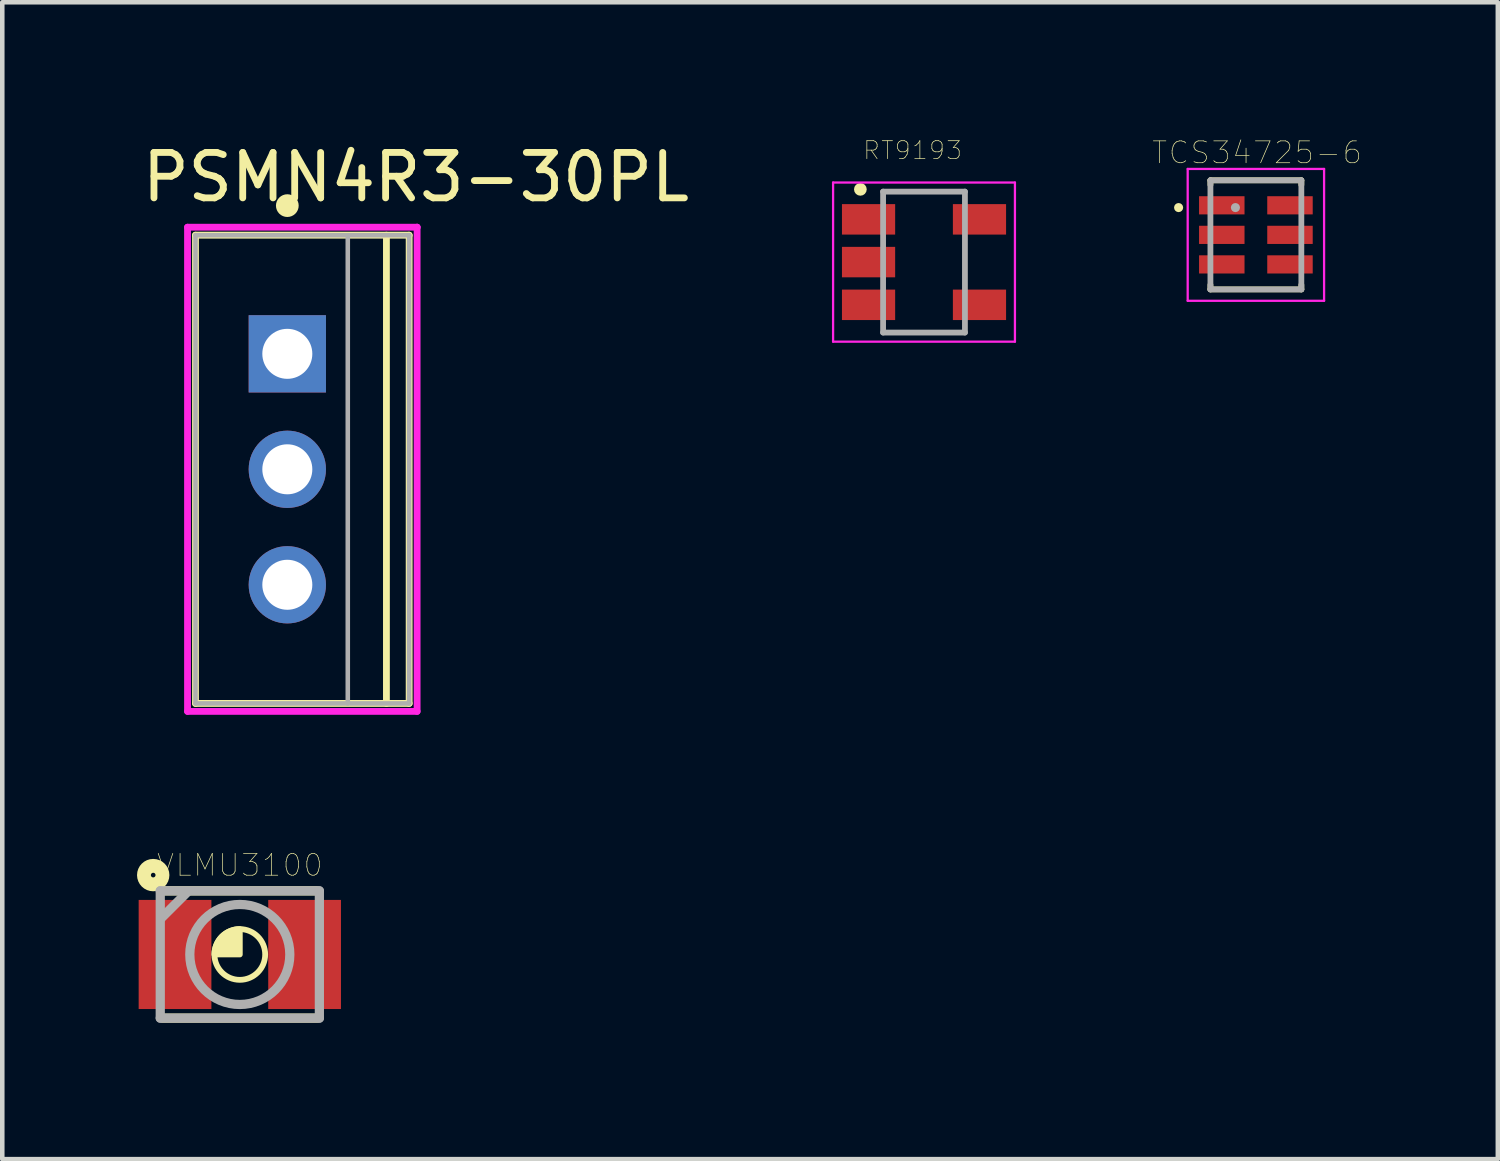
<source format=kicad_pcb>
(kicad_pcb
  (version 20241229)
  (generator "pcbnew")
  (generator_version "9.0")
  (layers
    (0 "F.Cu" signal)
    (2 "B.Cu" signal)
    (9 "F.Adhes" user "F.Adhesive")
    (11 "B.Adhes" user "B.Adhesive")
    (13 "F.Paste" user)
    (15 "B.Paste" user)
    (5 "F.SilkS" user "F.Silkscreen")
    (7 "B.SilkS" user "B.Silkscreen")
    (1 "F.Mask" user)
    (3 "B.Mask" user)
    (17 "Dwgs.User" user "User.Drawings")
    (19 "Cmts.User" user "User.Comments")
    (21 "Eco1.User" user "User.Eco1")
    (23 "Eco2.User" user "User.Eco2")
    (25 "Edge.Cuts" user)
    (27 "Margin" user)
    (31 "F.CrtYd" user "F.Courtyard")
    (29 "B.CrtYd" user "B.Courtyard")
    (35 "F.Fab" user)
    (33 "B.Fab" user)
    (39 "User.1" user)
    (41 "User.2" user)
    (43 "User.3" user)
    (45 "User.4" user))
  (footprint "VLMU3100"
    (layer "F.Cu")
    (at 2.225 17.945)
    (property "Reference" "VLMU3100" (at 0 -1.965 0) (layer "F.SilkS") (effects (font (size 0.48 0.48) (thickness 0.015))))
    (attr through_hole)
    (fp_line (start -1.7 -1.4) (end 1.7 -1.4) (stroke (width 0.203) (type solid)) (layer "F.SilkS"))
    (fp_line (start -1.7 1.4) (end 1.7 1.4) (stroke (width 0.203) (type solid)) (layer "F.SilkS"))
    (fp_circle (center -1.905 -1.746) (end -1.854 -1.746) (stroke (width 0.305) (type solid)) (fill no) (layer "F.SilkS"))
    (fp_circle (center 0 0) (end 0.558 0) (stroke (width 0.127) (type solid)) (fill no) (layer "F.SilkS"))
    (fp_poly (pts (xy 0 0) (xy 0 -0.559) (xy -0.029 -0.558) (xy -0.058 -0.556) (xy -0.087 -0.552) (xy -0.116 -0.547) (xy -0.145 -0.54) (xy -0.173 -0.531) (xy -0.2 -0.522) (xy -0.227 -0.51) (xy -0.254 -0.498) (xy -0.279 -0.484) (xy -0.304 -0.469) (xy -0.328 -0.452) (xy -0.352 -0.434) (xy -0.374 -0.415) (xy -0.395 -0.395) (xy -0.415 -0.374) (xy -0.434 -0.352) (xy -0.452 -0.328) (xy -0.469 -0.304) (xy -0.484 -0.279) (xy -0.498 -0.254) (xy -0.51 -0.227) (xy -0.522 -0.2) (xy -0.531 -0.173) (xy -0.54 -0.145) (xy -0.547 -0.116) (xy -0.552 -0.087) (xy -0.556 -0.058) (xy -0.558 -0.029) (xy -0.559 0) (xy 0 0)) (stroke (width 0.127) (type solid)) (fill yes) (layer "F.SilkS"))
    (fp_line (start -1.75 -1.4) (end -1.75 1.4) (stroke (width 0.203) (type solid)) (layer "F.Fab"))
    (fp_line (start -1.75 1.4) (end 1.75 1.4) (stroke (width 0.203) (type solid)) (layer "F.Fab"))
    (fp_line (start -1.166 -1.36) (end -1.716 -0.81) (stroke (width 0.203) (type solid)) (layer "F.Fab"))
    (fp_line (start 1.75 -1.4) (end -1.75 -1.4) (stroke (width 0.203) (type solid)) (layer "F.Fab"))
    (fp_line (start 1.75 1.4) (end 1.75 -1.4) (stroke (width 0.203) (type solid)) (layer "F.Fab"))
    (fp_circle (center 0 0) (end 1.1 0) (stroke (width 0.203) (type solid)) (fill no) (layer "F.Fab"))
    (pad "1" smd rect (at -1.425 0) (size 1.6 2.4) (layers "F.Cu" "F.Mask" "F.Paste"))
    (pad "2" smd rect (at 1.425 0) (size 1.6 2.4) (layers "F.Cu" "F.Mask" "F.Paste")))
  (footprint "TCS34725-6"
    (layer "F.Cu")
    (at 24.575 2.116)
    (property "Reference" "TCS34725-6" (at 0.024 -1.808 0) (layer "F.SilkS") (effects (font (size 0.481 0.481) (thickness 0.015))))
    (attr through_hole)
    (fp_line (start -1 -1.2) (end 1 -1.2) (stroke (width 0.127) (type solid)) (layer "F.SilkS"))
    (fp_line (start -1 -1.1) (end -1 -1.2) (stroke (width 0.127) (type solid)) (layer "F.SilkS"))
    (fp_line (start -1 1.2) (end -1 1.1) (stroke (width 0.127) (type solid)) (layer "F.SilkS"))
    (fp_line (start 1 -1.2) (end 1 -1.1) (stroke (width 0.127) (type solid)) (layer "F.SilkS"))
    (fp_line (start 1 1.1) (end 1 1.2) (stroke (width 0.127) (type solid)) (layer "F.SilkS"))
    (fp_line (start 1 1.2) (end -1 1.2) (stroke (width 0.127) (type solid)) (layer "F.SilkS"))
    (fp_circle (center -1.7 -0.6) (end -1.65 -0.6) (stroke (width 0.1) (type solid)) (fill no) (layer "F.SilkS"))
    (fp_line (start -1.5 -1.45) (end 1.5 -1.45) (stroke (width 0.05) (type solid)) (layer "F.CrtYd"))
    (fp_line (start -1.5 1.45) (end -1.5 -1.45) (stroke (width 0.05) (type solid)) (layer "F.CrtYd"))
    (fp_line (start 1.5 -1.45) (end 1.5 1.45) (stroke (width 0.05) (type solid)) (layer "F.CrtYd"))
    (fp_line (start 1.5 1.45) (end -1.5 1.45) (stroke (width 0.05) (type solid)) (layer "F.CrtYd"))
    (fp_line (start -1 -1.2) (end 1 -1.2) (stroke (width 0.127) (type solid)) (layer "F.Fab"))
    (fp_line (start -1 1.2) (end -1 -1.2) (stroke (width 0.127) (type solid)) (layer "F.Fab"))
    (fp_line (start 1 -1.2) (end 1 1.2) (stroke (width 0.127) (type solid)) (layer "F.Fab"))
    (fp_line (start 1 1.2) (end -1 1.2) (stroke (width 0.127) (type solid)) (layer "F.Fab"))
    (fp_circle (center -0.45 -0.6) (end -0.4 -0.6) (stroke (width 0.1) (type solid)) (fill no) (layer "F.Fab"))
    (pad "1" smd rect (at -0.75 -0.65) (size 1 0.4) (layers "F.Cu" "F.Mask" "F.Paste"))
    (pad "2" smd rect (at -0.75 0) (size 1 0.4) (layers "F.Cu" "F.Mask" "F.Paste"))
    (pad "3" smd rect (at -0.75 0.65) (size 1 0.4) (layers "F.Cu" "F.Mask" "F.Paste"))
    (pad "4" smd rect (at 0.75 0.65) (size 1 0.4) (layers "F.Cu" "F.Mask" "F.Paste"))
    (pad "5" smd rect (at 0.75 0) (size 1 0.4) (layers "F.Cu" "F.Mask" "F.Paste"))
    (pad "6" smd rect (at 0.75 -0.65) (size 1 0.4) (layers "F.Cu" "F.Mask" "F.Paste")))
  (footprint "PSMN4R3-30PL"
    (layer "F.Cu")
    (at 3.27 7.273)
    (property "Reference" "PSMN4R3-30PL" (at -3.27 -6.425 0) (layer "F.SilkS") (effects (font (size 1 1) (thickness 0.15)) (justify left)))
    (attr through_hole)
    (fp_line (start -2.02 -5.15) (end 2.68 -5.15) (stroke (width 0.15) (type solid)) (layer "F.SilkS"))
    (fp_line (start -2.02 5.15) (end -2.02 -5.15) (stroke (width 0.15) (type solid)) (layer "F.SilkS"))
    (fp_line (start -2.02 5.15) (end 2.68 5.15) (stroke (width 0.15) (type solid)) (layer "F.SilkS"))
    (fp_line (start 2.18 5.15) (end 2.18 -5.15) (stroke (width 0.15) (type solid)) (layer "F.SilkS"))
    (fp_line (start 2.68 5.15) (end 2.68 -5.15) (stroke (width 0.15) (type solid)) (layer "F.SilkS"))
    (fp_circle (center 0 -5.8) (end 0.125 -5.8) (stroke (width 0.25) (type solid)) (fill no) (layer "F.SilkS"))
    (fp_line (start -2.195 -5.325) (end -2.195 5.325) (stroke (width 0.15) (type solid)) (layer "F.CrtYd"))
    (fp_line (start -2.195 5.325) (end 2.855 5.325) (stroke (width 0.15) (type solid)) (layer "F.CrtYd"))
    (fp_line (start 2.855 -5.325) (end -2.195 -5.325) (stroke (width 0.15) (type solid)) (layer "F.CrtYd"))
    (fp_line (start 2.855 -5.325) (end 2.855 -5.325) (stroke (width 0.15) (type solid)) (layer "F.CrtYd"))
    (fp_line (start 2.855 5.325) (end 2.855 -5.325) (stroke (width 0.15) (type solid)) (layer "F.CrtYd"))
    (fp_line (start -2.02 -5.15) (end 2.68 -5.15) (stroke (width 0.1) (type solid)) (layer "F.Fab"))
    (fp_line (start -2.02 5.15) (end -2.02 -5.15) (stroke (width 0.1) (type solid)) (layer "F.Fab"))
    (fp_line (start -2.02 5.15) (end 2.68 5.15) (stroke (width 0.1) (type solid)) (layer "F.Fab"))
    (fp_line (start 1.33 5.15) (end 1.33 -5.15) (stroke (width 0.1) (type solid)) (layer "F.Fab"))
    (fp_line (start 2.68 5.15) (end 2.68 -5.15) (stroke (width 0.1) (type solid)) (layer "F.Fab"))
    (pad "1" thru_hole rect (at 0 -2.54) (size 1.7 1.7) (drill 1.1) (layers "*.Cu"))
    (pad "2" thru_hole circle (at 0 0) (size 1.7 1.7) (drill 1.1) (layers "*.Cu"))
    (pad "3" thru_hole circle (at 0 2.54) (size 1.7 1.7) (drill 1.1) (layers "*.Cu")))
  (footprint "RT9193"
    (layer "F.Cu")
    (at 17.275 2.715)
    (property "Reference" "RT9193" (at -0.251 -2.457 0) (layer "F.SilkS") (effects (font (size 0.395 0.395) (thickness 0.015))))
    (attr through_hole)
    (fp_circle (center -1.4 -1.6) (end -1.33 -1.6) (stroke (width 0.14) (type solid)) (fill no) (layer "F.SilkS"))
    (fp_line (start -2 -1.75) (end -2 1.75) (stroke (width 0.05) (type solid)) (layer "F.CrtYd"))
    (fp_line (start -2 1.75) (end 2 1.75) (stroke (width 0.05) (type solid)) (layer "F.CrtYd"))
    (fp_line (start 2 -1.75) (end -2 -1.75) (stroke (width 0.05) (type solid)) (layer "F.CrtYd"))
    (fp_line (start 2 1.75) (end 2 -1.75) (stroke (width 0.05) (type solid)) (layer "F.CrtYd"))
    (fp_line (start -0.9 -1.55) (end 0.9 -1.55) (stroke (width 0.127) (type solid)) (layer "F.Fab"))
    (fp_line (start -0.9 1.55) (end -0.9 -1.55) (stroke (width 0.127) (type solid)) (layer "F.Fab"))
    (fp_line (start 0.9 -1.55) (end 0.9 1.55) (stroke (width 0.127) (type solid)) (layer "F.Fab"))
    (fp_line (start 0.9 1.55) (end -0.9 1.55) (stroke (width 0.127) (type solid)) (layer "F.Fab"))
    (pad "1" smd rect (at -1.22 -0.94) (size 1.17 0.67) (layers "F.Cu" "F.Mask" "F.Paste"))
    (pad "2" smd rect (at -1.22 0) (size 1.17 0.67) (layers "F.Cu" "F.Mask" "F.Paste"))
    (pad "3" smd rect (at -1.22 0.94) (size 1.17 0.67) (layers "F.Cu" "F.Mask" "F.Paste"))
    (pad "4" smd rect (at 1.22 0.94) (size 1.17 0.67) (layers "F.Cu" "F.Mask" "F.Paste"))
    (pad "5" smd rect (at 1.22 -0.94) (size 1.17 0.67) (layers "F.Cu" "F.Mask" "F.Paste")))
  (gr_rect
    (start -3 -3)
    (end 29.897 22.447)
    (stroke (width 0.1) (type default))
    (fill no)
    (layer "Edge.Cuts")))
</source>
